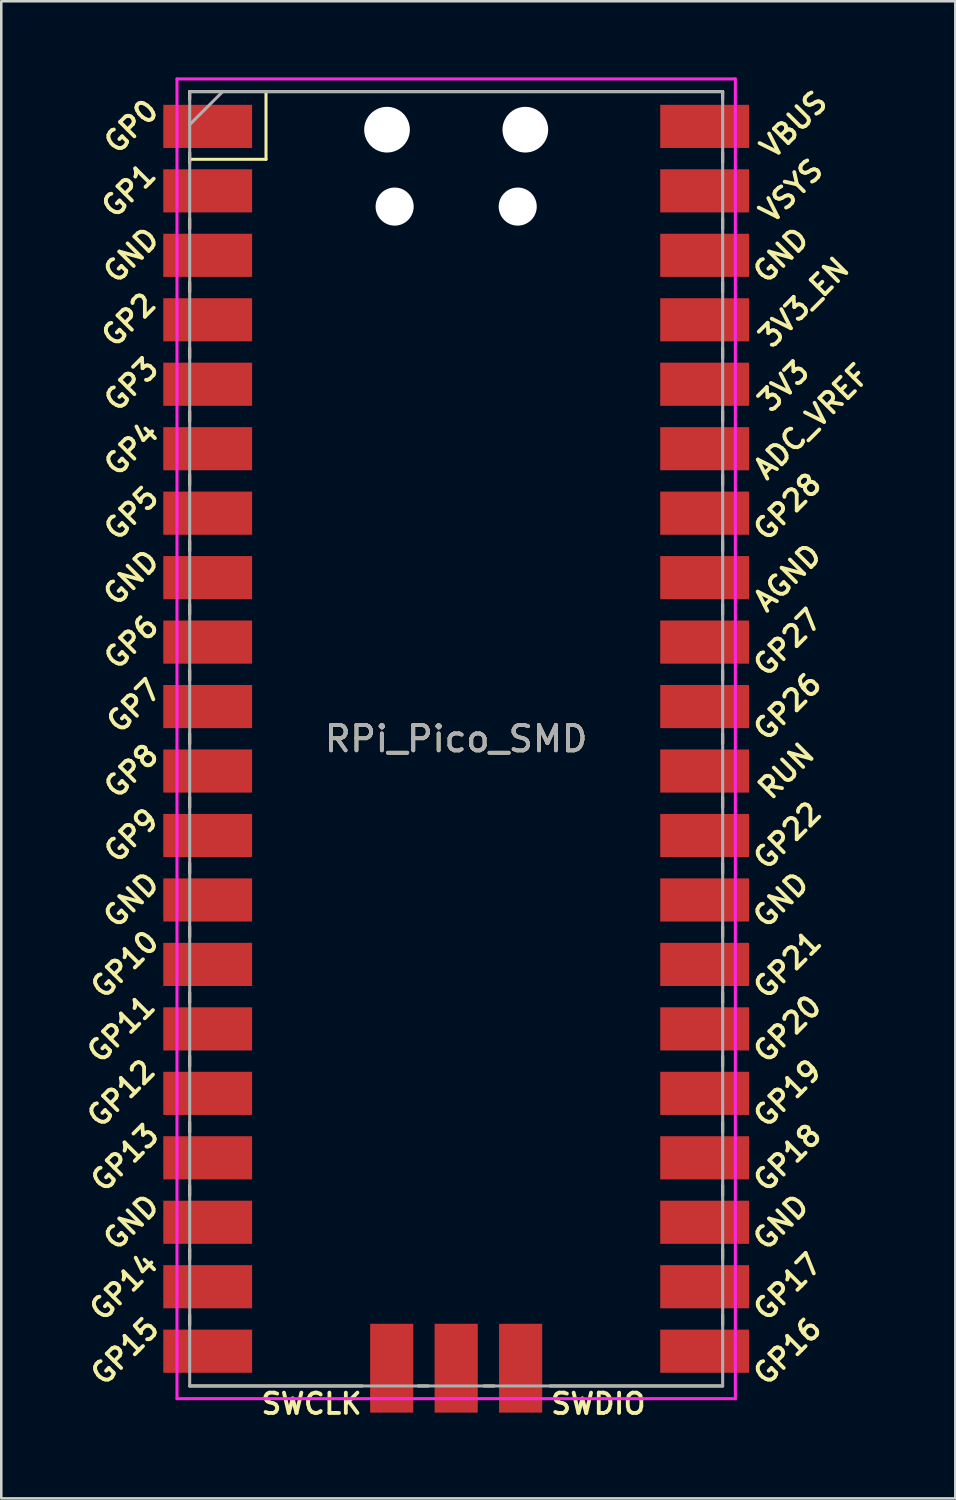
<source format=kicad_pcb>
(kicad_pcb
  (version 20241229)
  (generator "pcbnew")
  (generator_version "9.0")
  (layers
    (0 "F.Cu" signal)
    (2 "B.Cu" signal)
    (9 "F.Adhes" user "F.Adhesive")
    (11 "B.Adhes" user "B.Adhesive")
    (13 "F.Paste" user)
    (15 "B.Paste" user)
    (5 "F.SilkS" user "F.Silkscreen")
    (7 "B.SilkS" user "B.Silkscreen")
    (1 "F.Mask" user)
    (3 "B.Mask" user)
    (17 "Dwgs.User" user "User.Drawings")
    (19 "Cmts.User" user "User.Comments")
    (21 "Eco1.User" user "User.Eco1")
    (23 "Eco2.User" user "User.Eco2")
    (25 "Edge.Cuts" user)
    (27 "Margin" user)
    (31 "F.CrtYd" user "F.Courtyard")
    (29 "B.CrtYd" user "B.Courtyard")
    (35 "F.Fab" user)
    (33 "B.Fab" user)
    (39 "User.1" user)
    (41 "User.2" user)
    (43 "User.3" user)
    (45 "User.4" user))
  (footprint "RPi_Pico_SMD"
    (layer "F.Cu")
    (at 14.924 26.06)
    (property "Reference" "RPi_Pico_SMD" (at 0 0 0) (layer "F.SilkS") (effects (font (size 1 1) (thickness 0.15))))
    (attr through_hole)
    (fp_line (start -10.5 -25.5) (end -10.5 -25.2) (stroke (width 0.12) (type solid)) (layer "F.SilkS"))
    (fp_line (start -10.5 -25.5) (end 10.5 -25.5) (stroke (width 0.12) (type solid)) (layer "F.SilkS"))
    (fp_line (start -10.5 -23.1) (end -10.5 -22.7) (stroke (width 0.12) (type solid)) (layer "F.SilkS"))
    (fp_line (start -10.5 -22.833) (end -7.493 -22.833) (stroke (width 0.12) (type solid)) (layer "F.SilkS"))
    (fp_line (start -10.5 -20.5) (end -10.5 -20.1) (stroke (width 0.12) (type solid)) (layer "F.SilkS"))
    (fp_line (start -10.5 -18) (end -10.5 -17.6) (stroke (width 0.12) (type solid)) (layer "F.SilkS"))
    (fp_line (start -10.5 -15.4) (end -10.5 -15) (stroke (width 0.12) (type solid)) (layer "F.SilkS"))
    (fp_line (start -10.5 -12.9) (end -10.5 -12.5) (stroke (width 0.12) (type solid)) (layer "F.SilkS"))
    (fp_line (start -10.5 -10.4) (end -10.5 -10) (stroke (width 0.12) (type solid)) (layer "F.SilkS"))
    (fp_line (start -10.5 -7.8) (end -10.5 -7.4) (stroke (width 0.12) (type solid)) (layer "F.SilkS"))
    (fp_line (start -10.5 -5.3) (end -10.5 -4.9) (stroke (width 0.12) (type solid)) (layer "F.SilkS"))
    (fp_line (start -10.5 -2.7) (end -10.5 -2.3) (stroke (width 0.12) (type solid)) (layer "F.SilkS"))
    (fp_line (start -10.5 -0.2) (end -10.5 0.2) (stroke (width 0.12) (type solid)) (layer "F.SilkS"))
    (fp_line (start -10.5 2.3) (end -10.5 2.7) (stroke (width 0.12) (type solid)) (layer "F.SilkS"))
    (fp_line (start -10.5 4.9) (end -10.5 5.3) (stroke (width 0.12) (type solid)) (layer "F.SilkS"))
    (fp_line (start -10.5 7.4) (end -10.5 7.8) (stroke (width 0.12) (type solid)) (layer "F.SilkS"))
    (fp_line (start -10.5 10) (end -10.5 10.4) (stroke (width 0.12) (type solid)) (layer "F.SilkS"))
    (fp_line (start -10.5 12.5) (end -10.5 12.9) (stroke (width 0.12) (type solid)) (layer "F.SilkS"))
    (fp_line (start -10.5 15.1) (end -10.5 15.5) (stroke (width 0.12) (type solid)) (layer "F.SilkS"))
    (fp_line (start -10.5 17.6) (end -10.5 18) (stroke (width 0.12) (type solid)) (layer "F.SilkS"))
    (fp_line (start -10.5 20.1) (end -10.5 20.5) (stroke (width 0.12) (type solid)) (layer "F.SilkS"))
    (fp_line (start -10.5 22.7) (end -10.5 23.1) (stroke (width 0.12) (type solid)) (layer "F.SilkS"))
    (fp_line (start -7.493 -22.833) (end -7.493 -25.5) (stroke (width 0.12) (type solid)) (layer "F.SilkS"))
    (fp_line (start -3.7 25.5) (end -10.5 25.5) (stroke (width 0.12) (type solid)) (layer "F.SilkS"))
    (fp_line (start -1.5 25.5) (end -1.1 25.5) (stroke (width 0.12) (type solid)) (layer "F.SilkS"))
    (fp_line (start 1.1 25.5) (end 1.5 25.5) (stroke (width 0.12) (type solid)) (layer "F.SilkS"))
    (fp_line (start 10.5 -25.5) (end 10.5 -25.2) (stroke (width 0.12) (type solid)) (layer "F.SilkS"))
    (fp_line (start 10.5 -23.1) (end 10.5 -22.7) (stroke (width 0.12) (type solid)) (layer "F.SilkS"))
    (fp_line (start 10.5 -20.5) (end 10.5 -20.1) (stroke (width 0.12) (type solid)) (layer "F.SilkS"))
    (fp_line (start 10.5 -18) (end 10.5 -17.6) (stroke (width 0.12) (type solid)) (layer "F.SilkS"))
    (fp_line (start 10.5 -15.4) (end 10.5 -15) (stroke (width 0.12) (type solid)) (layer "F.SilkS"))
    (fp_line (start 10.5 -12.9) (end 10.5 -12.5) (stroke (width 0.12) (type solid)) (layer "F.SilkS"))
    (fp_line (start 10.5 -10.4) (end 10.5 -10) (stroke (width 0.12) (type solid)) (layer "F.SilkS"))
    (fp_line (start 10.5 -7.8) (end 10.5 -7.4) (stroke (width 0.12) (type solid)) (layer "F.SilkS"))
    (fp_line (start 10.5 -5.3) (end 10.5 -4.9) (stroke (width 0.12) (type solid)) (layer "F.SilkS"))
    (fp_line (start 10.5 -2.7) (end 10.5 -2.3) (stroke (width 0.12) (type solid)) (layer "F.SilkS"))
    (fp_line (start 10.5 -0.2) (end 10.5 0.2) (stroke (width 0.12) (type solid)) (layer "F.SilkS"))
    (fp_line (start 10.5 2.3) (end 10.5 2.7) (stroke (width 0.12) (type solid)) (layer "F.SilkS"))
    (fp_line (start 10.5 4.9) (end 10.5 5.3) (stroke (width 0.12) (type solid)) (layer "F.SilkS"))
    (fp_line (start 10.5 7.4) (end 10.5 7.8) (stroke (width 0.12) (type solid)) (layer "F.SilkS"))
    (fp_line (start 10.5 10) (end 10.5 10.4) (stroke (width 0.12) (type solid)) (layer "F.SilkS"))
    (fp_line (start 10.5 12.5) (end 10.5 12.9) (stroke (width 0.12) (type solid)) (layer "F.SilkS"))
    (fp_line (start 10.5 15.1) (end 10.5 15.5) (stroke (width 0.12) (type solid)) (layer "F.SilkS"))
    (fp_line (start 10.5 17.6) (end 10.5 18) (stroke (width 0.12) (type solid)) (layer "F.SilkS"))
    (fp_line (start 10.5 20.1) (end 10.5 20.5) (stroke (width 0.12) (type solid)) (layer "F.SilkS"))
    (fp_line (start 10.5 22.7) (end 10.5 23.1) (stroke (width 0.12) (type solid)) (layer "F.SilkS"))
    (fp_line (start 10.5 25.5) (end 3.7 25.5) (stroke (width 0.12) (type solid)) (layer "F.SilkS"))
    (fp_line (start -11 -26) (end 11 -26) (stroke (width 0.12) (type solid)) (layer "F.CrtYd"))
    (fp_line (start -11 26) (end -11 -26) (stroke (width 0.12) (type solid)) (layer "F.CrtYd"))
    (fp_line (start 11 -26) (end 11 26) (stroke (width 0.12) (type solid)) (layer "F.CrtYd"))
    (fp_line (start 11 26) (end -11 26) (stroke (width 0.12) (type solid)) (layer "F.CrtYd"))
    (fp_line (start -10.5 -25.5) (end 10.5 -25.5) (stroke (width 0.12) (type solid)) (layer "F.Fab"))
    (fp_line (start -10.5 -24.2) (end -9.2 -25.5) (stroke (width 0.12) (type solid)) (layer "F.Fab"))
    (fp_line (start -10.5 25.5) (end -10.5 -25.5) (stroke (width 0.12) (type solid)) (layer "F.Fab"))
    (fp_line (start 10.5 -25.5) (end 10.5 25.5) (stroke (width 0.12) (type solid)) (layer "F.Fab"))
    (fp_line (start 10.5 25.5) (end -10.5 25.5) (stroke (width 0.12) (type solid)) (layer "F.Fab"))
    (fp_text user "GP2" (at -12.9 -16.51 45) (layer "F.SilkS") (effects (font (size 0.8 0.8) (thickness 0.15))))
    (fp_text user "GP6" (at -12.8 -3.81 45) (layer "F.SilkS") (effects (font (size 0.8 0.8) (thickness 0.15))))
    (fp_text user "GP0" (at -12.8 -24.13 45) (layer "F.SilkS") (effects (font (size 0.8 0.8) (thickness 0.15))))
    (fp_text user "GP18" (at 13.054 16.51 45) (layer "F.SilkS") (effects (font (size 0.8 0.8) (thickness 0.15))))
    (fp_text user "VBUS" (at 13.3 -24.2 45) (layer "F.SilkS") (effects (font (size 0.8 0.8) (thickness 0.15))))
    (fp_text user "GP1" (at -12.9 -21.6 45) (layer "F.SilkS") (effects (font (size 0.8 0.8) (thickness 0.15))))
    (fp_text user "GP12" (at -13.2 13.97 45) (layer "F.SilkS") (effects (font (size 0.8 0.8) (thickness 0.15))))
    (fp_text user "GP20" (at 13.054 11.43 45) (layer "F.SilkS") (effects (font (size 0.8 0.8) (thickness 0.15))))
    (fp_text user "GP22" (at 13.054 3.81 45) (layer "F.SilkS") (effects (font (size 0.8 0.8) (thickness 0.15))))
    (fp_text user "GND" (at 12.8 -19.05 45) (layer "F.SilkS") (effects (font (size 0.8 0.8) (thickness 0.15))))
    (fp_text user "GND" (at -12.8 -19.05 45) (layer "F.SilkS") (effects (font (size 0.8 0.8) (thickness 0.15))))
    (fp_text user "SWCLK" (at -5.7 26.2 0) (layer "F.SilkS") (effects (font (size 0.8 0.8) (thickness 0.15))))
    (fp_text user "VSYS" (at 13.2 -21.59 45) (layer "F.SilkS") (effects (font (size 0.8 0.8) (thickness 0.15))))
    (fp_text user "GP13" (at -13.054 16.51 45) (layer "F.SilkS") (effects (font (size 0.8 0.8) (thickness 0.15))))
    (fp_text user "GP5" (at -12.8 -8.89 45) (layer "F.SilkS") (effects (font (size 0.8 0.8) (thickness 0.15))))
    (fp_text user "3V3" (at 12.9 -13.9 45) (layer "F.SilkS") (effects (font (size 0.8 0.8) (thickness 0.15))))
    (fp_text user "GP9" (at -12.8 3.81 45) (layer "F.SilkS") (effects (font (size 0.8 0.8) (thickness 0.15))))
    (fp_text user "RUN" (at 13 1.27 45) (layer "F.SilkS") (effects (font (size 0.8 0.8) (thickness 0.15))))
    (fp_text user "GP14" (at -13.1 21.59 45) (layer "F.SilkS") (effects (font (size 0.8 0.8) (thickness 0.15))))
    (fp_text user "GND" (at -12.8 6.35 45) (layer "F.SilkS") (effects (font (size 0.8 0.8) (thickness 0.15))))
    (fp_text user "GP10" (at -13.054 8.89 45) (layer "F.SilkS") (effects (font (size 0.8 0.8) (thickness 0.15))))
    (fp_text user "ADC_VREF" (at 14 -12.5 45) (layer "F.SilkS") (effects (font (size 0.8 0.8) (thickness 0.15))))
    (fp_text user "GP4" (at -12.8 -11.43 45) (layer "F.SilkS") (effects (font (size 0.8 0.8) (thickness 0.15))))
    (fp_text user "GP17" (at 13.054 21.59 45) (layer "F.SilkS") (effects (font (size 0.8 0.8) (thickness 0.15))))
    (fp_text user "GND" (at -12.8 19.05 45) (layer "F.SilkS") (effects (font (size 0.8 0.8) (thickness 0.15))))
    (fp_text user "GP19" (at 13.054 13.97 45) (layer "F.SilkS") (effects (font (size 0.8 0.8) (thickness 0.15))))
    (fp_text user "GP26" (at 13.054 -1.27 45) (layer "F.SilkS") (effects (font (size 0.8 0.8) (thickness 0.15))))
    (fp_text user "3V3_EN" (at 13.7 -17.2 45) (layer "F.SilkS") (effects (font (size 0.8 0.8) (thickness 0.15))))
    (fp_text user "AGND" (at 13.054 -6.35 45) (layer "F.SilkS") (effects (font (size 0.8 0.8) (thickness 0.15))))
    (fp_text user "GND" (at 12.8 19.05 45) (layer "F.SilkS") (effects (font (size 0.8 0.8) (thickness 0.15))))
    (fp_text user "GP11" (at -13.2 11.43 45) (layer "F.SilkS") (effects (font (size 0.8 0.8) (thickness 0.15))))
    (fp_text user "GP8" (at -12.8 1.27 45) (layer "F.SilkS") (effects (font (size 0.8 0.8) (thickness 0.15))))
    (fp_text user "GP15" (at -13.054 24.13 45) (layer "F.SilkS") (effects (font (size 0.8 0.8) (thickness 0.15))))
    (fp_text user "GND" (at 12.8 6.35 45) (layer "F.SilkS") (effects (font (size 0.8 0.8) (thickness 0.15))))
    (fp_text user "GP16" (at 13.054 24.13 45) (layer "F.SilkS") (effects (font (size 0.8 0.8) (thickness 0.15))))
    (fp_text user "GP21" (at 13.054 8.9 45) (layer "F.SilkS") (effects (font (size 0.8 0.8) (thickness 0.15))))
    (fp_text user "GP27" (at 13.054 -3.8 45) (layer "F.SilkS") (effects (font (size 0.8 0.8) (thickness 0.15))))
    (fp_text user "GP3" (at -12.8 -13.97 45) (layer "F.SilkS") (effects (font (size 0.8 0.8) (thickness 0.15))))
    (fp_text user "GP28" (at 13.054 -9.144 45) (layer "F.SilkS") (effects (font (size 0.8 0.8) (thickness 0.15))))
    (fp_text user "SWDIO" (at 5.6 26.2 0) (layer "F.SilkS") (effects (font (size 0.8 0.8) (thickness 0.15))))
    (fp_text user "GP7" (at -12.7 -1.3 45) (layer "F.SilkS") (effects (font (size 0.8 0.8) (thickness 0.15))))
    (fp_text user "GND" (at -12.8 -6.35 45) (layer "F.SilkS") (effects (font (size 0.8 0.8) (thickness 0.15))))
    (fp_text user "${REFERENCE}" (at 0 0 180) (layer "F.Fab") (effects (font (size 1 1) (thickness 0.15))))
    (pad "" np_thru_hole oval (at -2.725 -24) (size 1.8 1.8) (drill 1.8) (layers "*.Cu" "*.Mask"))
    (pad "" np_thru_hole oval (at -2.425 -20.97) (size 1.5 1.5) (drill 1.5) (layers "*.Cu" "*.Mask"))
    (pad "" np_thru_hole oval (at 2.425 -20.97) (size 1.5 1.5) (drill 1.5) (layers "*.Cu" "*.Mask"))
    (pad "" np_thru_hole oval (at 2.725 -24) (size 1.8 1.8) (drill 1.8) (layers "*.Cu" "*.Mask"))
    (pad "1" smd rect (at -8.89 -24.13) (size 3.5 1.7) (drill (offset -0.9 0)) (layers "F.Cu" "F.Mask"))
    (pad "2" smd rect (at -8.89 -21.59) (size 3.5 1.7) (drill (offset -0.9 0)) (layers "F.Cu" "F.Mask"))
    (pad "3" smd rect (at -8.89 -19.05) (size 3.5 1.7) (drill (offset -0.9 0)) (layers "F.Cu" "F.Mask"))
    (pad "4" smd rect (at -8.89 -16.51) (size 3.5 1.7) (drill (offset -0.9 0)) (layers "F.Cu" "F.Mask"))
    (pad "5" smd rect (at -8.89 -13.97) (size 3.5 1.7) (drill (offset -0.9 0)) (layers "F.Cu" "F.Mask"))
    (pad "6" smd rect (at -8.89 -11.43) (size 3.5 1.7) (drill (offset -0.9 0)) (layers "F.Cu" "F.Mask"))
    (pad "7" smd rect (at -8.89 -8.89) (size 3.5 1.7) (drill (offset -0.9 0)) (layers "F.Cu" "F.Mask"))
    (pad "8" smd rect (at -8.89 -6.35) (size 3.5 1.7) (drill (offset -0.9 0)) (layers "F.Cu" "F.Mask"))
    (pad "9" smd rect (at -8.89 -3.81) (size 3.5 1.7) (drill (offset -0.9 0)) (layers "F.Cu" "F.Mask"))
    (pad "10" smd rect (at -8.89 -1.27) (size 3.5 1.7) (drill (offset -0.9 0)) (layers "F.Cu" "F.Mask"))
    (pad "11" smd rect (at -8.89 1.27) (size 3.5 1.7) (drill (offset -0.9 0)) (layers "F.Cu" "F.Mask"))
    (pad "12" smd rect (at -8.89 3.81) (size 3.5 1.7) (drill (offset -0.9 0)) (layers "F.Cu" "F.Mask"))
    (pad "13" smd rect (at -8.89 6.35) (size 3.5 1.7) (drill (offset -0.9 0)) (layers "F.Cu" "F.Mask"))
    (pad "14" smd rect (at -8.89 8.89) (size 3.5 1.7) (drill (offset -0.9 0)) (layers "F.Cu" "F.Mask"))
    (pad "15" smd rect (at -8.89 11.43) (size 3.5 1.7) (drill (offset -0.9 0)) (layers "F.Cu" "F.Mask"))
    (pad "16" smd rect (at -8.89 13.97) (size 3.5 1.7) (drill (offset -0.9 0)) (layers "F.Cu" "F.Mask"))
    (pad "17" smd rect (at -8.89 16.51) (size 3.5 1.7) (drill (offset -0.9 0)) (layers "F.Cu" "F.Mask"))
    (pad "18" smd rect (at -8.89 19.05) (size 3.5 1.7) (drill (offset -0.9 0)) (layers "F.Cu" "F.Mask"))
    (pad "19" smd rect (at -8.89 21.59) (size 3.5 1.7) (drill (offset -0.9 0)) (layers "F.Cu" "F.Mask"))
    (pad "20" smd rect (at -8.89 24.13) (size 3.5 1.7) (drill (offset -0.9 0)) (layers "F.Cu" "F.Mask"))
    (pad "21" smd rect (at 8.89 24.13) (size 3.5 1.7) (drill (offset 0.9 0)) (layers "F.Cu" "F.Mask"))
    (pad "22" smd rect (at 8.89 21.59) (size 3.5 1.7) (drill (offset 0.9 0)) (layers "F.Cu" "F.Mask"))
    (pad "23" smd rect (at 8.89 19.05) (size 3.5 1.7) (drill (offset 0.9 0)) (layers "F.Cu" "F.Mask"))
    (pad "24" smd rect (at 8.89 16.51) (size 3.5 1.7) (drill (offset 0.9 0)) (layers "F.Cu" "F.Mask"))
    (pad "25" smd rect (at 8.89 13.97) (size 3.5 1.7) (drill (offset 0.9 0)) (layers "F.Cu" "F.Mask"))
    (pad "26" smd rect (at 8.89 11.43) (size 3.5 1.7) (drill (offset 0.9 0)) (layers "F.Cu" "F.Mask"))
    (pad "27" smd rect (at 8.89 8.89) (size 3.5 1.7) (drill (offset 0.9 0)) (layers "F.Cu" "F.Mask"))
    (pad "28" smd rect (at 8.89 6.35) (size 3.5 1.7) (drill (offset 0.9 0)) (layers "F.Cu" "F.Mask"))
    (pad "29" smd rect (at 8.89 3.81) (size 3.5 1.7) (drill (offset 0.9 0)) (layers "F.Cu" "F.Mask"))
    (pad "30" smd rect (at 8.89 1.27) (size 3.5 1.7) (drill (offset 0.9 0)) (layers "F.Cu" "F.Mask"))
    (pad "31" smd rect (at 8.89 -1.27) (size 3.5 1.7) (drill (offset 0.9 0)) (layers "F.Cu" "F.Mask"))
    (pad "32" smd rect (at 8.89 -3.81) (size 3.5 1.7) (drill (offset 0.9 0)) (layers "F.Cu" "F.Mask"))
    (pad "33" smd rect (at 8.89 -6.35) (size 3.5 1.7) (drill (offset 0.9 0)) (layers "F.Cu" "F.Mask"))
    (pad "34" smd rect (at 8.89 -8.89) (size 3.5 1.7) (drill (offset 0.9 0)) (layers "F.Cu" "F.Mask"))
    (pad "35" smd rect (at 8.89 -11.43) (size 3.5 1.7) (drill (offset 0.9 0)) (layers "F.Cu" "F.Mask"))
    (pad "36" smd rect (at 8.89 -13.97) (size 3.5 1.7) (drill (offset 0.9 0)) (layers "F.Cu" "F.Mask"))
    (pad "37" smd rect (at 8.89 -16.51) (size 3.5 1.7) (drill (offset 0.9 0)) (layers "F.Cu" "F.Mask"))
    (pad "38" smd rect (at 8.89 -19.05) (size 3.5 1.7) (drill (offset 0.9 0)) (layers "F.Cu" "F.Mask"))
    (pad "39" smd rect (at 8.89 -21.59) (size 3.5 1.7) (drill (offset 0.9 0)) (layers "F.Cu" "F.Mask"))
    (pad "40" smd rect (at 8.89 -24.13) (size 3.5 1.7) (drill (offset 0.9 0)) (layers "F.Cu" "F.Mask"))
    (pad "41" smd rect (at -2.54 23.9 90) (size 3.5 1.7) (drill (offset -0.9 0)) (layers "F.Cu" "F.Mask"))
    (pad "42" smd rect (at 0 23.9 90) (size 3.5 1.7) (drill (offset -0.9 0)) (layers "F.Cu" "F.Mask"))
    (pad "43" smd rect (at 2.54 23.9 90) (size 3.5 1.7) (drill (offset -0.9 0)) (layers "F.Cu" "F.Mask"))
    (zone (net_name "") (layer "F.Cu") (hatch edge 0.508) (connect_pads) (min_thickness 0.254) (filled_areas_thickness no) (keepout (tracks not_allowed) (vias not_allowed) (pads not_allowed) (copperpour not_allowed) (footprints allowed)) (placement (enabled no)) (fill (island_removal_mode 2) (island_area_min 10)) (polygon (pts (xy 13.502 9.652) (xy 11.368 9.652) (xy 11.368 7.467) (xy 13.502 7.467))))
    (zone (net_name "") (layer "F.Cu") (hatch edge 0.508) (connect_pads) (min_thickness 0.254) (filled_areas_thickness no) (keepout (tracks not_allowed) (vias not_allowed) (pads not_allowed) (copperpour not_allowed) (footprints allowed)) (placement (enabled no)) (fill (island_removal_mode 2) (island_area_min 10)) (polygon (pts (xy 13.502 12.141) (xy 11.368 12.141) (xy 11.368 9.956) (xy 13.502 9.956))))
    (zone (net_name "") (layer "F.Cu") (hatch edge 0.508) (connect_pads) (min_thickness 0.254) (filled_areas_thickness no) (keepout (tracks not_allowed) (vias not_allowed) (pads not_allowed) (copperpour not_allowed) (footprints allowed)) (placement (enabled no)) (fill (island_removal_mode 2) (island_area_min 10)) (polygon (pts (xy 13.502 14.63) (xy 11.368 14.63) (xy 11.368 12.446) (xy 13.502 12.446))))
    (zone (net_name "") (layer "F.Cu") (hatch edge 0.508) (connect_pads) (min_thickness 0.254) (filled_areas_thickness no) (keepout (tracks not_allowed) (vias not_allowed) (pads not_allowed) (copperpour not_allowed) (footprints allowed)) (placement (enabled no)) (fill (island_removal_mode 2) (island_area_min 10)) (polygon (pts (xy 18.683 5.943) (xy 11.165 5.943) (xy 11.165 1.117) (xy 18.683 1.117)))))
  (gr_rect
    (start -3 -3)
    (end 34.591 55.991)
    (stroke (width 0.1) (type default))
    (fill no)
    (layer "Edge.Cuts")))
</source>
